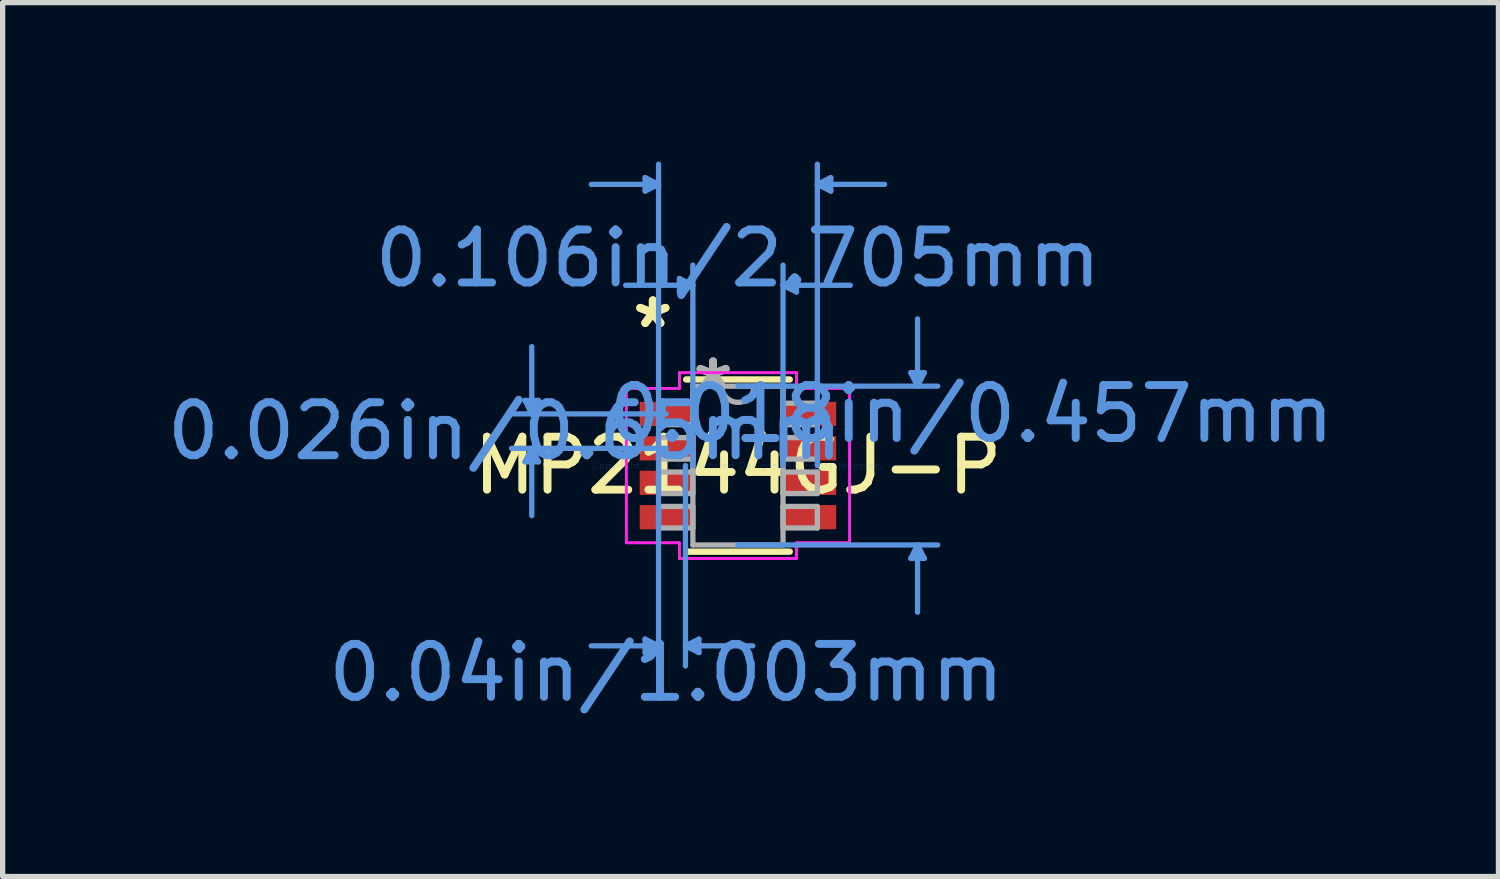
<source format=kicad_pcb>
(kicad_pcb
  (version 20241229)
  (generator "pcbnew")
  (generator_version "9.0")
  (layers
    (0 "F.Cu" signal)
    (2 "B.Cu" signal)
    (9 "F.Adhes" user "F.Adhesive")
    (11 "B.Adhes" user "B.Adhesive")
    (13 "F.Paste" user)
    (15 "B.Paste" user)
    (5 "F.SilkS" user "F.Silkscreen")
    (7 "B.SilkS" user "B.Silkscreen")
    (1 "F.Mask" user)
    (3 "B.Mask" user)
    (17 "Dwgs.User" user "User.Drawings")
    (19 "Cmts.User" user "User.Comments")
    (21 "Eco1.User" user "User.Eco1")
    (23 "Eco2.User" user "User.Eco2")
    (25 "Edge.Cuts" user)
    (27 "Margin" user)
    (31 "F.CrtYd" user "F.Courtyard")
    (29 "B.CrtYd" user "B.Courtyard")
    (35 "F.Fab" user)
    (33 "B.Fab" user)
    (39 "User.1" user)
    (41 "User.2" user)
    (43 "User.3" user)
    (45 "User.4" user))
  (footprint "MP2144GJ-P"
    (layer "F.Cu")
    (at 10.883 5.74)
    (property "Reference" "MP2144GJ-P" (at 0 0 0) (layer "F.SilkS") (effects (font (size 1 1) (thickness 0.15))))
    (attr through_hole)
    (fp_line (start -0.978 1.626) (end 0.978 1.626) (stroke (width 0.12) (type solid)) (layer "F.SilkS"))
    (fp_line (start 0.978 -1.626) (end -0.978 -1.626) (stroke (width 0.12) (type solid)) (layer "F.SilkS"))
    (fp_line (start -4.02 -1.229) (end -3.766 -1.229) (stroke (width 0.1) (type solid)) (layer "Cmts.User"))
    (fp_line (start -4.02 -0.071) (end -3.766 -0.071) (stroke (width 0.1) (type solid)) (layer "Cmts.User"))
    (fp_line (start -3.893 -0.975) (end -4.02 -1.229) (stroke (width 0.1) (type solid)) (layer "Cmts.User"))
    (fp_line (start -3.893 -0.975) (end -3.893 -2.245) (stroke (width 0.1) (type solid)) (layer "Cmts.User"))
    (fp_line (start -3.893 -0.975) (end -3.766 -1.229) (stroke (width 0.1) (type solid)) (layer "Cmts.User"))
    (fp_line (start -3.893 -0.325) (end -4.02 -0.071) (stroke (width 0.1) (type solid)) (layer "Cmts.User"))
    (fp_line (start -3.893 -0.325) (end -3.893 0.945) (stroke (width 0.1) (type solid)) (layer "Cmts.User"))
    (fp_line (start -3.893 -0.325) (end -3.766 -0.071) (stroke (width 0.1) (type solid)) (layer "Cmts.User"))
    (fp_line (start -1.753 -5.436) (end -1.753 -5.182) (stroke (width 0.1) (type solid)) (layer "Cmts.User"))
    (fp_line (start -1.753 3.277) (end -1.753 3.531) (stroke (width 0.1) (type solid)) (layer "Cmts.User"))
    (fp_line (start -1.499 -5.309) (end -2.769 -5.309) (stroke (width 0.1) (type solid)) (layer "Cmts.User"))
    (fp_line (start -1.499 -5.309) (end -1.753 -5.436) (stroke (width 0.1) (type solid)) (layer "Cmts.User"))
    (fp_line (start -1.499 -5.309) (end -1.753 -5.182) (stroke (width 0.1) (type solid)) (layer "Cmts.User"))
    (fp_line (start -1.499 0) (end -1.499 -5.69) (stroke (width 0.1) (type solid)) (layer "Cmts.User"))
    (fp_line (start -1.499 0) (end -1.499 3.785) (stroke (width 0.1) (type solid)) (layer "Cmts.User"))
    (fp_line (start -1.499 3.404) (end -2.769 3.404) (stroke (width 0.1) (type solid)) (layer "Cmts.User"))
    (fp_line (start -1.499 3.404) (end -1.753 3.277) (stroke (width 0.1) (type solid)) (layer "Cmts.User"))
    (fp_line (start -1.499 3.404) (end -1.753 3.531) (stroke (width 0.1) (type solid)) (layer "Cmts.User"))
    (fp_line (start -1.353 -0.975) (end -4.274 -0.975) (stroke (width 0.1) (type solid)) (layer "Cmts.User"))
    (fp_line (start -1.353 -0.325) (end -4.274 -0.325) (stroke (width 0.1) (type solid)) (layer "Cmts.User"))
    (fp_line (start -1.105 -3.531) (end -1.105 -3.277) (stroke (width 0.1) (type solid)) (layer "Cmts.User"))
    (fp_line (start -0.991 0) (end -0.991 3.785) (stroke (width 0.1) (type solid)) (layer "Cmts.User"))
    (fp_line (start -0.991 3.404) (end -0.737 3.277) (stroke (width 0.1) (type solid)) (layer "Cmts.User"))
    (fp_line (start -0.991 3.404) (end -0.737 3.531) (stroke (width 0.1) (type solid)) (layer "Cmts.User"))
    (fp_line (start -0.991 3.404) (end 0.279 3.404) (stroke (width 0.1) (type solid)) (layer "Cmts.User"))
    (fp_line (start -0.851 -3.404) (end -2.121 -3.404) (stroke (width 0.1) (type solid)) (layer "Cmts.User"))
    (fp_line (start -0.851 -3.404) (end -1.105 -3.531) (stroke (width 0.1) (type solid)) (layer "Cmts.User"))
    (fp_line (start -0.851 -3.404) (end -1.105 -3.277) (stroke (width 0.1) (type solid)) (layer "Cmts.User"))
    (fp_line (start -0.851 0) (end -0.851 -3.785) (stroke (width 0.1) (type solid)) (layer "Cmts.User"))
    (fp_line (start -0.737 3.277) (end -0.737 3.531) (stroke (width 0.1) (type solid)) (layer "Cmts.User"))
    (fp_line (start 0 -1.499) (end 3.772 -1.499) (stroke (width 0.1) (type solid)) (layer "Cmts.User"))
    (fp_line (start 0 1.499) (end 3.772 1.499) (stroke (width 0.1) (type solid)) (layer "Cmts.User"))
    (fp_line (start 0.851 -3.404) (end 1.105 -3.531) (stroke (width 0.1) (type solid)) (layer "Cmts.User"))
    (fp_line (start 0.851 -3.404) (end 1.105 -3.277) (stroke (width 0.1) (type solid)) (layer "Cmts.User"))
    (fp_line (start 0.851 -3.404) (end 2.121 -3.404) (stroke (width 0.1) (type solid)) (layer "Cmts.User"))
    (fp_line (start 0.851 0) (end 0.851 -3.785) (stroke (width 0.1) (type solid)) (layer "Cmts.User"))
    (fp_line (start 1.105 -3.531) (end 1.105 -3.277) (stroke (width 0.1) (type solid)) (layer "Cmts.User"))
    (fp_line (start 1.499 -5.309) (end 1.753 -5.436) (stroke (width 0.1) (type solid)) (layer "Cmts.User"))
    (fp_line (start 1.499 -5.309) (end 1.753 -5.182) (stroke (width 0.1) (type solid)) (layer "Cmts.User"))
    (fp_line (start 1.499 -5.309) (end 2.769 -5.309) (stroke (width 0.1) (type solid)) (layer "Cmts.User"))
    (fp_line (start 1.499 0) (end 1.499 -5.69) (stroke (width 0.1) (type solid)) (layer "Cmts.User"))
    (fp_line (start 1.753 -5.436) (end 1.753 -5.182) (stroke (width 0.1) (type solid)) (layer "Cmts.User"))
    (fp_line (start 3.264 -1.753) (end 3.518 -1.753) (stroke (width 0.1) (type solid)) (layer "Cmts.User"))
    (fp_line (start 3.264 1.753) (end 3.518 1.753) (stroke (width 0.1) (type solid)) (layer "Cmts.User"))
    (fp_line (start 3.391 -1.499) (end 3.264 -1.753) (stroke (width 0.1) (type solid)) (layer "Cmts.User"))
    (fp_line (start 3.391 -1.499) (end 3.391 -2.769) (stroke (width 0.1) (type solid)) (layer "Cmts.User"))
    (fp_line (start 3.391 -1.499) (end 3.518 -1.753) (stroke (width 0.1) (type solid)) (layer "Cmts.User"))
    (fp_line (start 3.391 1.499) (end 3.264 1.753) (stroke (width 0.1) (type solid)) (layer "Cmts.User"))
    (fp_line (start 3.391 1.499) (end 3.391 2.769) (stroke (width 0.1) (type solid)) (layer "Cmts.User"))
    (fp_line (start 3.391 1.499) (end 3.518 1.753) (stroke (width 0.1) (type solid)) (layer "Cmts.User"))
    (fp_line (start -2.108 -1.458) (end -1.105 -1.458) (stroke (width 0.05) (type solid)) (layer "F.CrtYd"))
    (fp_line (start -2.108 -1.458) (end -1.105 -1.458) (stroke (width 0.05) (type solid)) (layer "F.CrtYd"))
    (fp_line (start -2.108 1.458) (end -2.108 -1.458) (stroke (width 0.05) (type solid)) (layer "F.CrtYd"))
    (fp_line (start -2.108 1.458) (end -2.108 -1.458) (stroke (width 0.05) (type solid)) (layer "F.CrtYd"))
    (fp_line (start -2.108 1.458) (end -1.105 1.458) (stroke (width 0.05) (type solid)) (layer "F.CrtYd"))
    (fp_line (start -1.105 -1.753) (end 1.105 -1.753) (stroke (width 0.05) (type solid)) (layer "F.CrtYd"))
    (fp_line (start -1.105 -1.753) (end 1.105 -1.753) (stroke (width 0.05) (type solid)) (layer "F.CrtYd"))
    (fp_line (start -1.105 -1.458) (end -1.105 -1.753) (stroke (width 0.05) (type solid)) (layer "F.CrtYd"))
    (fp_line (start -1.105 -1.458) (end -1.105 -1.753) (stroke (width 0.05) (type solid)) (layer "F.CrtYd"))
    (fp_line (start -1.105 1.458) (end -2.108 1.458) (stroke (width 0.05) (type solid)) (layer "F.CrtYd"))
    (fp_line (start -1.105 1.753) (end -1.105 1.458) (stroke (width 0.05) (type solid)) (layer "F.CrtYd"))
    (fp_line (start -1.105 1.753) (end -1.105 1.458) (stroke (width 0.05) (type solid)) (layer "F.CrtYd"))
    (fp_line (start 1.105 -1.753) (end 1.105 -1.458) (stroke (width 0.05) (type solid)) (layer "F.CrtYd"))
    (fp_line (start 1.105 -1.753) (end 1.105 -1.458) (stroke (width 0.05) (type solid)) (layer "F.CrtYd"))
    (fp_line (start 1.105 -1.458) (end 2.108 -1.458) (stroke (width 0.05) (type solid)) (layer "F.CrtYd"))
    (fp_line (start 1.105 1.458) (end 1.105 1.753) (stroke (width 0.05) (type solid)) (layer "F.CrtYd"))
    (fp_line (start 1.105 1.458) (end 1.105 1.753) (stroke (width 0.05) (type solid)) (layer "F.CrtYd"))
    (fp_line (start 1.105 1.753) (end -1.105 1.753) (stroke (width 0.05) (type solid)) (layer "F.CrtYd"))
    (fp_line (start 1.105 1.753) (end -1.105 1.753) (stroke (width 0.05) (type solid)) (layer "F.CrtYd"))
    (fp_line (start 2.108 -1.458) (end 1.105 -1.458) (stroke (width 0.05) (type solid)) (layer "F.CrtYd"))
    (fp_line (start 2.108 -1.458) (end 2.108 1.458) (stroke (width 0.05) (type solid)) (layer "F.CrtYd"))
    (fp_line (start 2.108 -1.458) (end 2.108 1.458) (stroke (width 0.05) (type solid)) (layer "F.CrtYd"))
    (fp_line (start 2.108 1.458) (end 1.105 1.458) (stroke (width 0.05) (type solid)) (layer "F.CrtYd"))
    (fp_line (start 2.108 1.458) (end 1.105 1.458) (stroke (width 0.05) (type solid)) (layer "F.CrtYd"))
    (fp_line (start -1.499 -1.178) (end -1.499 -0.772) (stroke (width 0.1) (type solid)) (layer "F.Fab"))
    (fp_line (start -1.499 -0.772) (end -0.851 -0.772) (stroke (width 0.1) (type solid)) (layer "F.Fab"))
    (fp_line (start -1.499 -0.528) (end -1.499 -0.122) (stroke (width 0.1) (type solid)) (layer "F.Fab"))
    (fp_line (start -1.499 -0.122) (end -0.851 -0.122) (stroke (width 0.1) (type solid)) (layer "F.Fab"))
    (fp_line (start -1.499 0.122) (end -1.499 0.528) (stroke (width 0.1) (type solid)) (layer "F.Fab"))
    (fp_line (start -1.499 0.528) (end -0.851 0.528) (stroke (width 0.1) (type solid)) (layer "F.Fab"))
    (fp_line (start -1.499 0.772) (end -1.499 1.178) (stroke (width 0.1) (type solid)) (layer "F.Fab"))
    (fp_line (start -1.499 1.178) (end -0.851 1.178) (stroke (width 0.1) (type solid)) (layer "F.Fab"))
    (fp_line (start -0.851 -1.499) (end -0.851 1.499) (stroke (width 0.1) (type solid)) (layer "F.Fab"))
    (fp_line (start -0.851 -1.178) (end -1.499 -1.178) (stroke (width 0.1) (type solid)) (layer "F.Fab"))
    (fp_line (start -0.851 -0.772) (end -0.851 -1.178) (stroke (width 0.1) (type solid)) (layer "F.Fab"))
    (fp_line (start -0.851 -0.528) (end -1.499 -0.528) (stroke (width 0.1) (type solid)) (layer "F.Fab"))
    (fp_line (start -0.851 -0.122) (end -0.851 -0.528) (stroke (width 0.1) (type solid)) (layer "F.Fab"))
    (fp_line (start -0.851 0.122) (end -1.499 0.122) (stroke (width 0.1) (type solid)) (layer "F.Fab"))
    (fp_line (start -0.851 0.528) (end -0.851 0.122) (stroke (width 0.1) (type solid)) (layer "F.Fab"))
    (fp_line (start -0.851 0.772) (end -1.499 0.772) (stroke (width 0.1) (type solid)) (layer "F.Fab"))
    (fp_line (start -0.851 1.178) (end -0.851 0.772) (stroke (width 0.1) (type solid)) (layer "F.Fab"))
    (fp_line (start -0.851 1.499) (end 0.851 1.499) (stroke (width 0.1) (type solid)) (layer "F.Fab"))
    (fp_line (start 0.851 -1.499) (end -0.851 -1.499) (stroke (width 0.1) (type solid)) (layer "F.Fab"))
    (fp_line (start 0.851 -1.178) (end 0.851 -0.772) (stroke (width 0.1) (type solid)) (layer "F.Fab"))
    (fp_line (start 0.851 -0.772) (end 1.499 -0.772) (stroke (width 0.1) (type solid)) (layer "F.Fab"))
    (fp_line (start 0.851 -0.528) (end 0.851 -0.122) (stroke (width 0.1) (type solid)) (layer "F.Fab"))
    (fp_line (start 0.851 -0.122) (end 1.499 -0.122) (stroke (width 0.1) (type solid)) (layer "F.Fab"))
    (fp_line (start 0.851 0.122) (end 0.851 0.528) (stroke (width 0.1) (type solid)) (layer "F.Fab"))
    (fp_line (start 0.851 0.528) (end 1.499 0.528) (stroke (width 0.1) (type solid)) (layer "F.Fab"))
    (fp_line (start 0.851 0.772) (end 0.851 1.178) (stroke (width 0.1) (type solid)) (layer "F.Fab"))
    (fp_line (start 0.851 1.178) (end 1.499 1.178) (stroke (width 0.1) (type solid)) (layer "F.Fab"))
    (fp_line (start 0.851 1.499) (end 0.851 -1.499) (stroke (width 0.1) (type solid)) (layer "F.Fab"))
    (fp_line (start 1.499 -1.178) (end 0.851 -1.178) (stroke (width 0.1) (type solid)) (layer "F.Fab"))
    (fp_line (start 1.499 -0.772) (end 1.499 -1.178) (stroke (width 0.1) (type solid)) (layer "F.Fab"))
    (fp_line (start 1.499 -0.528) (end 0.851 -0.528) (stroke (width 0.1) (type solid)) (layer "F.Fab"))
    (fp_line (start 1.499 -0.122) (end 1.499 -0.528) (stroke (width 0.1) (type solid)) (layer "F.Fab"))
    (fp_line (start 1.499 0.122) (end 0.851 0.122) (stroke (width 0.1) (type solid)) (layer "F.Fab"))
    (fp_line (start 1.499 0.528) (end 1.499 0.122) (stroke (width 0.1) (type solid)) (layer "F.Fab"))
    (fp_line (start 1.499 0.772) (end 0.851 0.772) (stroke (width 0.1) (type solid)) (layer "F.Fab"))
    (fp_line (start 1.499 1.178) (end 1.499 0.772) (stroke (width 0.1) (type solid)) (layer "F.Fab"))
    (fp_arc (start 0.3048 -1.4986) (mid 0 -1.1938) (end -0.3048 -1.4986) (stroke (width 0.1) (type solid)) (layer "F.Fab"))
    (fp_text user "*" (at -1.607 -2.575 0) (layer "F.SilkS") (effects (font (size 1 1) (thickness 0.15))))
    (fp_text user "*" (at -1.607 -2.575 0) (layer "F.SilkS") (effects (font (size 1 1) (thickness 0.15))))
    (fp_text user "Copyright 2021 Accelerated Designs. All rights reserved." (at 0 0 0) (layer "Cmts.User") (effects (font (size 0.127 0.127) (thickness 0.002))))
    (fp_text user "0.026in/0.65mm" (at -4.401 -0.65 0) (layer "Cmts.User") (effects (font (size 1 1) (thickness 0.15))))
    (fp_text user "0.04in/1.003mm" (at -1.353 3.912 0) (layer "Cmts.User") (effects (font (size 1 1) (thickness 0.15))))
    (fp_text user "0.018in/0.457mm" (at 4.401 -0.975 0) (layer "Cmts.User") (effects (font (size 1 1) (thickness 0.15))))
    (fp_text user "0.106in/2.705mm" (at 0 -3.912 0) (layer "Cmts.User") (effects (font (size 1 1) (thickness 0.15))))
    (fp_text user "*" (at -0.47 -1.422 0) (layer "F.Fab") (effects (font (size 1 1) (thickness 0.15))))
    (fp_text user "*" (at -0.47 -1.422 0) (layer "F.Fab") (effects (font (size 1 1) (thickness 0.15))))
    (pad "1" smd rect (at -1.353 -0.975) (size 1.003 0.457) (layers "F.Cu" "F.Mask" "F.Paste"))
    (pad "2" smd rect (at -1.353 -0.325) (size 1.003 0.457) (layers "F.Cu" "F.Mask" "F.Paste"))
    (pad "3" smd rect (at -1.353 0.325) (size 1.003 0.457) (layers "F.Cu" "F.Mask" "F.Paste"))
    (pad "4" smd rect (at -1.353 0.975) (size 1.003 0.457) (layers "F.Cu" "F.Mask" "F.Paste"))
    (pad "5" smd rect (at 1.353 0.975) (size 1.003 0.457) (layers "F.Cu" "F.Mask" "F.Paste"))
    (pad "6" smd rect (at 1.353 0.325) (size 1.003 0.457) (layers "F.Cu" "F.Mask" "F.Paste"))
    (pad "7" smd rect (at 1.353 -0.325) (size 1.003 0.457) (layers "F.Cu" "F.Mask" "F.Paste"))
    (pad "8" smd rect (at 1.353 -0.975) (size 1.003 0.457) (layers "F.Cu" "F.Mask" "F.Paste")))
  (gr_rect
    (start -3 -3)
    (end 25.242 13.499)
    (stroke (width 0.1) (type default))
    (fill no)
    (layer "Edge.Cuts")))
</source>
